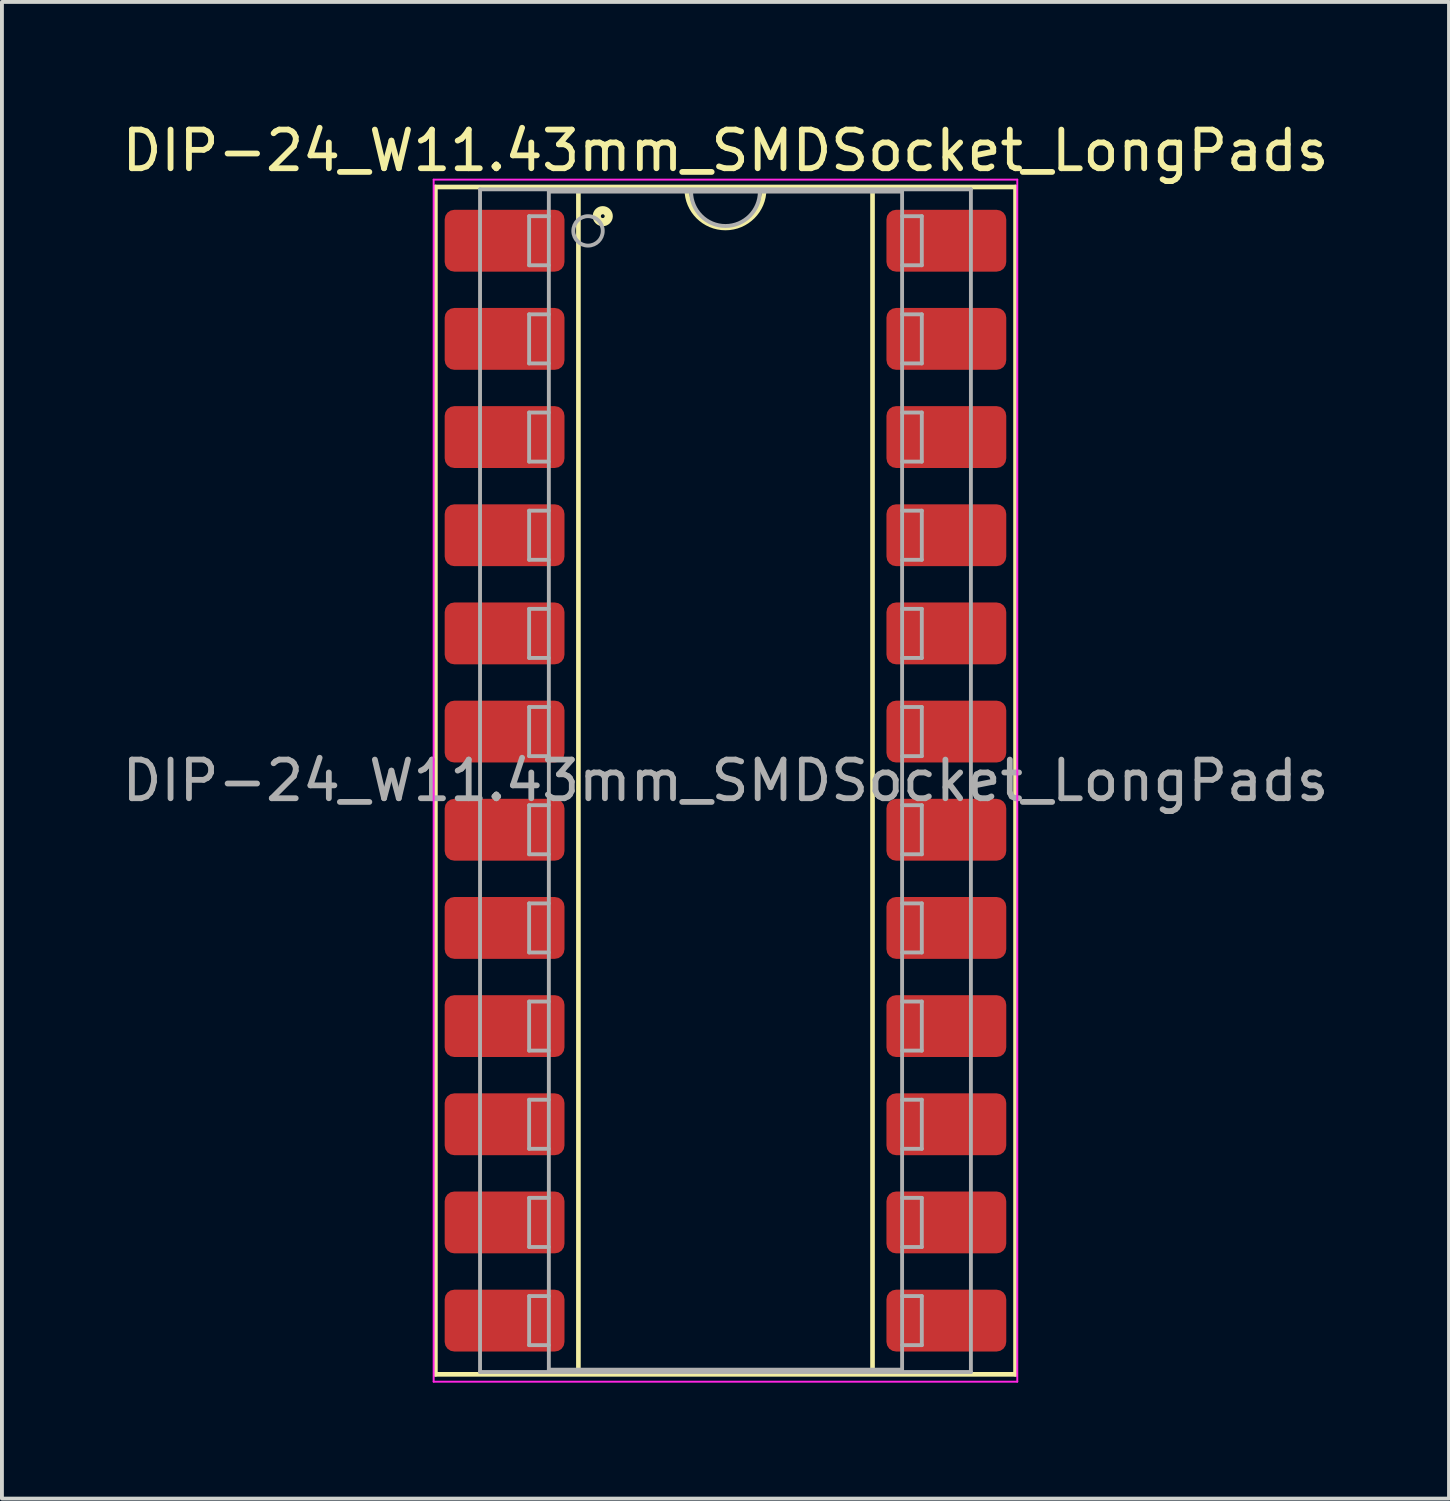
<source format=kicad_pcb>
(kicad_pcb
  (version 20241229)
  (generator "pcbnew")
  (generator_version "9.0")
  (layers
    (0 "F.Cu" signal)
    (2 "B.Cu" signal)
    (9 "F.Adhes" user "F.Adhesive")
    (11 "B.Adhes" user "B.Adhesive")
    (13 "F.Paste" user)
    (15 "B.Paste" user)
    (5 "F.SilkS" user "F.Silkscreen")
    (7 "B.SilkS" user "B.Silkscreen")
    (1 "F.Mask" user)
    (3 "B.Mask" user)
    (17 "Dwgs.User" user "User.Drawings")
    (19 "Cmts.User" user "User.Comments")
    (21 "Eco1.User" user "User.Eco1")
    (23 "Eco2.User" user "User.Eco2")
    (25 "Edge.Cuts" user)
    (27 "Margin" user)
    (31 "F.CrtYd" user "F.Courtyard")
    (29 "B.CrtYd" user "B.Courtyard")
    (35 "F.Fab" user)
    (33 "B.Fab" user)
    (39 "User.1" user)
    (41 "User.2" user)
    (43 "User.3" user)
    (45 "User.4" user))
  (footprint "DIP-24_W11.43mm_SMDSocket_LongPads"
    (layer "F.Cu")
    (at 15.72 17.148)
    (property "Reference" "DIP-24_W11.43mm_SMDSocket_LongPads" (at 0 -16.3 0) (layer "F.SilkS") (effects (font (size 1 1) (thickness 0.15))))
    (attr smd)
    (fp_line (start -7.505 -15.36) (end -7.505 15.36) (stroke (width 0.12) (type solid)) (layer "F.SilkS"))
    (fp_line (start -7.505 15.36) (end 7.505 15.36) (stroke (width 0.12) (type solid)) (layer "F.SilkS"))
    (fp_line (start -3.805 -15.3) (end -3.805 15.3) (stroke (width 0.12) (type solid)) (layer "F.SilkS"))
    (fp_line (start -3.805 15.3) (end 3.805 15.3) (stroke (width 0.12) (type solid)) (layer "F.SilkS"))
    (fp_line (start -1 -15.3) (end -3.805 -15.3) (stroke (width 0.12) (type solid)) (layer "F.SilkS"))
    (fp_line (start 3.805 -15.3) (end 1 -15.3) (stroke (width 0.12) (type solid)) (layer "F.SilkS"))
    (fp_line (start 3.805 15.3) (end 3.805 -15.3) (stroke (width 0.12) (type solid)) (layer "F.SilkS"))
    (fp_line (start 7.505 -15.36) (end -7.505 -15.36) (stroke (width 0.12) (type solid)) (layer "F.SilkS"))
    (fp_line (start 7.505 15.36) (end 7.505 -15.36) (stroke (width 0.12) (type solid)) (layer "F.SilkS"))
    (fp_arc (start 1 -15.3) (mid 0 -14.3) (end -1 -15.3) (stroke (width 0.12) (type solid)) (layer "F.SilkS"))
    (fp_circle (center -3.175 -14.605) (end -3.125 -14.605) (stroke (width 0.12) (type solid)) (fill no) (layer "F.SilkS"))
    (fp_circle (center -3.175 -14.605) (end -3.05 -14.605) (stroke (width 0.12) (type solid)) (fill no) (layer "F.SilkS"))
    (fp_circle (center -3.175 -14.605) (end -2.975 -14.605) (stroke (width 0.12) (type solid)) (fill no) (layer "F.SilkS"))
    (fp_line (start -7.55 -15.55) (end -7.55 15.55) (stroke (width 0.05) (type solid)) (layer "F.CrtYd"))
    (fp_line (start -7.55 15.55) (end 7.55 15.55) (stroke (width 0.05) (type solid)) (layer "F.CrtYd"))
    (fp_line (start 7.55 -15.55) (end -7.55 -15.55) (stroke (width 0.05) (type solid)) (layer "F.CrtYd"))
    (fp_line (start 7.55 15.55) (end 7.55 -15.55) (stroke (width 0.05) (type solid)) (layer "F.CrtYd"))
    (fp_line (start -6.35 -15.3) (end -6.35 15.3) (stroke (width 0.1) (type solid)) (layer "F.Fab"))
    (fp_line (start -6.35 15.3) (end 6.35 15.3) (stroke (width 0.1) (type solid)) (layer "F.Fab"))
    (fp_line (start -5.08 -14.605) (end -5.08 -13.335) (stroke (width 0.1) (type solid)) (layer "F.Fab"))
    (fp_line (start -5.08 -14.605) (end -4.572 -14.605) (stroke (width 0.1) (type solid)) (layer "F.Fab"))
    (fp_line (start -5.08 -13.335) (end -4.572 -13.335) (stroke (width 0.1) (type solid)) (layer "F.Fab"))
    (fp_line (start -5.08 -12.065) (end -5.08 -10.795) (stroke (width 0.1) (type solid)) (layer "F.Fab"))
    (fp_line (start -5.08 -12.065) (end -4.572 -12.065) (stroke (width 0.1) (type solid)) (layer "F.Fab"))
    (fp_line (start -5.08 -10.795) (end -4.572 -10.795) (stroke (width 0.1) (type solid)) (layer "F.Fab"))
    (fp_line (start -5.08 -9.525) (end -5.08 -8.255) (stroke (width 0.1) (type solid)) (layer "F.Fab"))
    (fp_line (start -5.08 -9.525) (end -4.572 -9.525) (stroke (width 0.1) (type solid)) (layer "F.Fab"))
    (fp_line (start -5.08 -8.255) (end -4.572 -8.255) (stroke (width 0.1) (type solid)) (layer "F.Fab"))
    (fp_line (start -5.08 -6.985) (end -5.08 -5.715) (stroke (width 0.1) (type solid)) (layer "F.Fab"))
    (fp_line (start -5.08 -6.985) (end -4.572 -6.985) (stroke (width 0.1) (type solid)) (layer "F.Fab"))
    (fp_line (start -5.08 -5.715) (end -4.572 -5.715) (stroke (width 0.1) (type solid)) (layer "F.Fab"))
    (fp_line (start -5.08 -4.445) (end -5.08 -3.175) (stroke (width 0.1) (type solid)) (layer "F.Fab"))
    (fp_line (start -5.08 -4.445) (end -4.572 -4.445) (stroke (width 0.1) (type solid)) (layer "F.Fab"))
    (fp_line (start -5.08 -3.175) (end -4.572 -3.175) (stroke (width 0.1) (type solid)) (layer "F.Fab"))
    (fp_line (start -5.08 -1.905) (end -5.08 -0.635) (stroke (width 0.1) (type solid)) (layer "F.Fab"))
    (fp_line (start -5.08 -1.905) (end -4.572 -1.905) (stroke (width 0.1) (type solid)) (layer "F.Fab"))
    (fp_line (start -5.08 -0.635) (end -4.572 -0.635) (stroke (width 0.1) (type solid)) (layer "F.Fab"))
    (fp_line (start -5.08 0.635) (end -5.08 1.905) (stroke (width 0.1) (type solid)) (layer "F.Fab"))
    (fp_line (start -5.08 0.635) (end -4.572 0.635) (stroke (width 0.1) (type solid)) (layer "F.Fab"))
    (fp_line (start -5.08 1.905) (end -4.572 1.905) (stroke (width 0.1) (type solid)) (layer "F.Fab"))
    (fp_line (start -5.08 3.175) (end -5.08 4.445) (stroke (width 0.1) (type solid)) (layer "F.Fab"))
    (fp_line (start -5.08 3.175) (end -4.572 3.175) (stroke (width 0.1) (type solid)) (layer "F.Fab"))
    (fp_line (start -5.08 4.445) (end -4.572 4.445) (stroke (width 0.1) (type solid)) (layer "F.Fab"))
    (fp_line (start -5.08 5.715) (end -5.08 6.985) (stroke (width 0.1) (type solid)) (layer "F.Fab"))
    (fp_line (start -5.08 5.715) (end -4.572 5.715) (stroke (width 0.1) (type solid)) (layer "F.Fab"))
    (fp_line (start -5.08 6.985) (end -4.572 6.985) (stroke (width 0.1) (type solid)) (layer "F.Fab"))
    (fp_line (start -5.08 8.255) (end -5.08 9.525) (stroke (width 0.1) (type solid)) (layer "F.Fab"))
    (fp_line (start -5.08 8.255) (end -4.572 8.255) (stroke (width 0.1) (type solid)) (layer "F.Fab"))
    (fp_line (start -5.08 9.525) (end -4.572 9.525) (stroke (width 0.1) (type solid)) (layer "F.Fab"))
    (fp_line (start -5.08 10.795) (end -5.08 12.065) (stroke (width 0.1) (type solid)) (layer "F.Fab"))
    (fp_line (start -5.08 10.795) (end -4.572 10.795) (stroke (width 0.1) (type solid)) (layer "F.Fab"))
    (fp_line (start -5.08 12.065) (end -4.572 12.065) (stroke (width 0.1) (type solid)) (layer "F.Fab"))
    (fp_line (start -5.08 13.335) (end -5.08 14.605) (stroke (width 0.1) (type solid)) (layer "F.Fab"))
    (fp_line (start -5.08 13.335) (end -4.572 13.335) (stroke (width 0.1) (type solid)) (layer "F.Fab"))
    (fp_line (start -5.08 14.605) (end -4.572 14.605) (stroke (width 0.1) (type solid)) (layer "F.Fab"))
    (fp_line (start -4.57 -15.24) (end 4.57 -15.24) (stroke (width 0.1) (type solid)) (layer "F.Fab"))
    (fp_line (start -4.57 15.24) (end -4.57 -15.24) (stroke (width 0.1) (type solid)) (layer "F.Fab"))
    (fp_line (start 4.57 -15.24) (end 4.57 15.24) (stroke (width 0.1) (type solid)) (layer "F.Fab"))
    (fp_line (start 4.57 15.24) (end -4.57 15.24) (stroke (width 0.1) (type solid)) (layer "F.Fab"))
    (fp_line (start 5.08 -14.605) (end 4.572 -14.605) (stroke (width 0.1) (type solid)) (layer "F.Fab"))
    (fp_line (start 5.08 -13.335) (end 4.572 -13.335) (stroke (width 0.1) (type solid)) (layer "F.Fab"))
    (fp_line (start 5.08 -13.335) (end 5.08 -14.605) (stroke (width 0.1) (type solid)) (layer "F.Fab"))
    (fp_line (start 5.08 -12.065) (end 4.572 -12.065) (stroke (width 0.1) (type solid)) (layer "F.Fab"))
    (fp_line (start 5.08 -10.795) (end 4.572 -10.795) (stroke (width 0.1) (type solid)) (layer "F.Fab"))
    (fp_line (start 5.08 -10.795) (end 5.08 -12.065) (stroke (width 0.1) (type solid)) (layer "F.Fab"))
    (fp_line (start 5.08 -9.525) (end 4.572 -9.525) (stroke (width 0.1) (type solid)) (layer "F.Fab"))
    (fp_line (start 5.08 -8.255) (end 4.572 -8.255) (stroke (width 0.1) (type solid)) (layer "F.Fab"))
    (fp_line (start 5.08 -8.255) (end 5.08 -9.525) (stroke (width 0.1) (type solid)) (layer "F.Fab"))
    (fp_line (start 5.08 -6.985) (end 4.572 -6.985) (stroke (width 0.1) (type solid)) (layer "F.Fab"))
    (fp_line (start 5.08 -5.715) (end 4.572 -5.715) (stroke (width 0.1) (type solid)) (layer "F.Fab"))
    (fp_line (start 5.08 -5.715) (end 5.08 -6.985) (stroke (width 0.1) (type solid)) (layer "F.Fab"))
    (fp_line (start 5.08 -4.445) (end 4.572 -4.445) (stroke (width 0.1) (type solid)) (layer "F.Fab"))
    (fp_line (start 5.08 -3.175) (end 4.572 -3.175) (stroke (width 0.1) (type solid)) (layer "F.Fab"))
    (fp_line (start 5.08 -3.175) (end 5.08 -4.445) (stroke (width 0.1) (type solid)) (layer "F.Fab"))
    (fp_line (start 5.08 -1.905) (end 4.572 -1.905) (stroke (width 0.1) (type solid)) (layer "F.Fab"))
    (fp_line (start 5.08 -0.635) (end 4.572 -0.635) (stroke (width 0.1) (type solid)) (layer "F.Fab"))
    (fp_line (start 5.08 -0.635) (end 5.08 -1.905) (stroke (width 0.1) (type solid)) (layer "F.Fab"))
    (fp_line (start 5.08 0.635) (end 4.572 0.635) (stroke (width 0.1) (type solid)) (layer "F.Fab"))
    (fp_line (start 5.08 1.905) (end 4.572 1.905) (stroke (width 0.1) (type solid)) (layer "F.Fab"))
    (fp_line (start 5.08 1.905) (end 5.08 0.635) (stroke (width 0.1) (type solid)) (layer "F.Fab"))
    (fp_line (start 5.08 3.175) (end 4.572 3.175) (stroke (width 0.1) (type solid)) (layer "F.Fab"))
    (fp_line (start 5.08 4.445) (end 4.572 4.445) (stroke (width 0.1) (type solid)) (layer "F.Fab"))
    (fp_line (start 5.08 4.445) (end 5.08 3.175) (stroke (width 0.1) (type solid)) (layer "F.Fab"))
    (fp_line (start 5.08 5.715) (end 4.572 5.715) (stroke (width 0.1) (type solid)) (layer "F.Fab"))
    (fp_line (start 5.08 6.985) (end 4.572 6.985) (stroke (width 0.1) (type solid)) (layer "F.Fab"))
    (fp_line (start 5.08 6.985) (end 5.08 5.715) (stroke (width 0.1) (type solid)) (layer "F.Fab"))
    (fp_line (start 5.08 8.255) (end 4.572 8.255) (stroke (width 0.1) (type solid)) (layer "F.Fab"))
    (fp_line (start 5.08 9.525) (end 4.572 9.525) (stroke (width 0.1) (type solid)) (layer "F.Fab"))
    (fp_line (start 5.08 9.525) (end 5.08 8.255) (stroke (width 0.1) (type solid)) (layer "F.Fab"))
    (fp_line (start 5.08 10.795) (end 4.572 10.795) (stroke (width 0.1) (type solid)) (layer "F.Fab"))
    (fp_line (start 5.08 12.065) (end 4.572 12.065) (stroke (width 0.1) (type solid)) (layer "F.Fab"))
    (fp_line (start 5.08 12.065) (end 5.08 10.795) (stroke (width 0.1) (type solid)) (layer "F.Fab"))
    (fp_line (start 5.08 13.335) (end 4.572 13.335) (stroke (width 0.1) (type solid)) (layer "F.Fab"))
    (fp_line (start 5.08 14.605) (end 4.572 14.605) (stroke (width 0.1) (type solid)) (layer "F.Fab"))
    (fp_line (start 5.08 14.605) (end 5.08 13.335) (stroke (width 0.1) (type solid)) (layer "F.Fab"))
    (fp_line (start 6.35 -15.3) (end -6.35 -15.3) (stroke (width 0.1) (type solid)) (layer "F.Fab"))
    (fp_line (start 6.35 15.3) (end 6.35 -15.3) (stroke (width 0.1) (type solid)) (layer "F.Fab"))
    (fp_arc (start 0.889 -15.24) (mid 0 -14.351) (end -0.889 -15.24) (stroke (width 0.1) (type solid)) (layer "F.Fab"))
    (fp_circle (center -3.556 -14.224) (end -3.175 -14.224) (stroke (width 0.1) (type solid)) (fill no) (layer "F.Fab"))
    (fp_text user "${REFERENCE}" (at 0 0 0) (layer "F.Fab") (effects (font (size 1 1) (thickness 0.15))))
    (pad "1" smd roundrect (at -5.715 -13.97) (size 3.1 1.6) (layers "F.Cu" "F.Mask" "F.Paste") (roundrect_rratio 0.156))
    (pad "2" smd roundrect (at -5.715 -11.43) (size 3.1 1.6) (layers "F.Cu" "F.Mask" "F.Paste") (roundrect_rratio 0.156))
    (pad "3" smd roundrect (at -5.715 -8.89) (size 3.1 1.6) (layers "F.Cu" "F.Mask" "F.Paste") (roundrect_rratio 0.156))
    (pad "4" smd roundrect (at -5.715 -6.35) (size 3.1 1.6) (layers "F.Cu" "F.Mask" "F.Paste") (roundrect_rratio 0.156))
    (pad "5" smd roundrect (at -5.715 -3.81) (size 3.1 1.6) (layers "F.Cu" "F.Mask" "F.Paste") (roundrect_rratio 0.156))
    (pad "6" smd roundrect (at -5.715 -1.27) (size 3.1 1.6) (layers "F.Cu" "F.Mask" "F.Paste") (roundrect_rratio 0.156))
    (pad "7" smd roundrect (at -5.715 1.27) (size 3.1 1.6) (layers "F.Cu" "F.Mask" "F.Paste") (roundrect_rratio 0.156))
    (pad "8" smd roundrect (at -5.715 3.81) (size 3.1 1.6) (layers "F.Cu" "F.Mask" "F.Paste") (roundrect_rratio 0.156))
    (pad "9" smd roundrect (at -5.715 6.35) (size 3.1 1.6) (layers "F.Cu" "F.Mask" "F.Paste") (roundrect_rratio 0.156))
    (pad "10" smd roundrect (at -5.715 8.89) (size 3.1 1.6) (layers "F.Cu" "F.Mask" "F.Paste") (roundrect_rratio 0.156))
    (pad "11" smd roundrect (at -5.715 11.43) (size 3.1 1.6) (layers "F.Cu" "F.Mask" "F.Paste") (roundrect_rratio 0.156))
    (pad "12" smd roundrect (at -5.715 13.97) (size 3.1 1.6) (layers "F.Cu" "F.Mask" "F.Paste") (roundrect_rratio 0.156))
    (pad "13" smd roundrect (at 5.715 13.97) (size 3.1 1.6) (layers "F.Cu" "F.Mask" "F.Paste") (roundrect_rratio 0.156))
    (pad "14" smd roundrect (at 5.715 11.43) (size 3.1 1.6) (layers "F.Cu" "F.Mask" "F.Paste") (roundrect_rratio 0.156))
    (pad "15" smd roundrect (at 5.715 8.89) (size 3.1 1.6) (layers "F.Cu" "F.Mask" "F.Paste") (roundrect_rratio 0.156))
    (pad "16" smd roundrect (at 5.715 6.35) (size 3.1 1.6) (layers "F.Cu" "F.Mask" "F.Paste") (roundrect_rratio 0.156))
    (pad "17" smd roundrect (at 5.715 3.81) (size 3.1 1.6) (layers "F.Cu" "F.Mask" "F.Paste") (roundrect_rratio 0.156))
    (pad "18" smd roundrect (at 5.715 1.27) (size 3.1 1.6) (layers "F.Cu" "F.Mask" "F.Paste") (roundrect_rratio 0.156))
    (pad "19" smd roundrect (at 5.715 -1.27) (size 3.1 1.6) (layers "F.Cu" "F.Mask" "F.Paste") (roundrect_rratio 0.156))
    (pad "20" smd roundrect (at 5.715 -3.81) (size 3.1 1.6) (layers "F.Cu" "F.Mask" "F.Paste") (roundrect_rratio 0.156))
    (pad "21" smd roundrect (at 5.715 -6.35) (size 3.1 1.6) (layers "F.Cu" "F.Mask" "F.Paste") (roundrect_rratio 0.156))
    (pad "22" smd roundrect (at 5.715 -8.89) (size 3.1 1.6) (layers "F.Cu" "F.Mask" "F.Paste") (roundrect_rratio 0.156))
    (pad "23" smd roundrect (at 5.715 -11.43) (size 3.1 1.6) (layers "F.Cu" "F.Mask" "F.Paste") (roundrect_rratio 0.156))
    (pad "24" smd roundrect (at 5.715 -13.97) (size 3.1 1.6) (layers "F.Cu" "F.Mask" "F.Paste") (roundrect_rratio 0.156)))
  (gr_rect
    (start -3 -3)
    (end 34.44 35.723)
    (stroke (width 0.1) (type default))
    (fill no)
    (layer "Edge.Cuts")))
</source>
